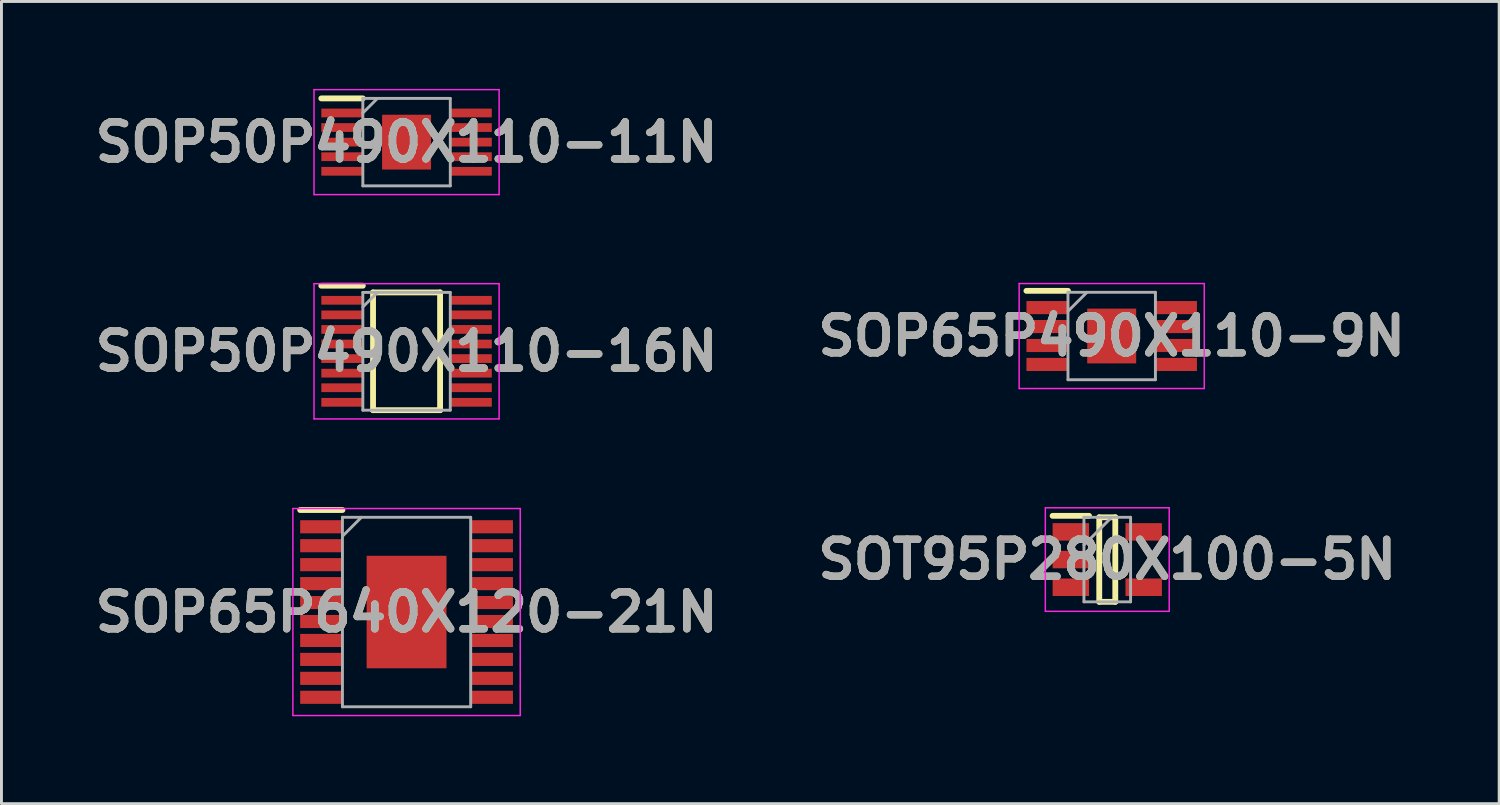
<source format=kicad_pcb>
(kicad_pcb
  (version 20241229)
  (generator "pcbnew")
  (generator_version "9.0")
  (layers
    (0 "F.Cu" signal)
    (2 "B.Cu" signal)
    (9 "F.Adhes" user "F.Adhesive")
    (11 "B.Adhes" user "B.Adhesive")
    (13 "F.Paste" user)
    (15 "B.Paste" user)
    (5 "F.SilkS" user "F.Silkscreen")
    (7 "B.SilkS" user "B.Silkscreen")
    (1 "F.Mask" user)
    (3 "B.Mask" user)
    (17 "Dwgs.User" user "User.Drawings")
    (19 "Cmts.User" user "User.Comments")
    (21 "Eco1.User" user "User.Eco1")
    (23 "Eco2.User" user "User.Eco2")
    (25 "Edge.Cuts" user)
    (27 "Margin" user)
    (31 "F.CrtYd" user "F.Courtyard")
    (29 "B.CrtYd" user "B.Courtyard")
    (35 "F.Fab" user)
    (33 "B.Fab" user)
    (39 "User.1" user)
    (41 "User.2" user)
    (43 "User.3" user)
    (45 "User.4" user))
  (footprint "SOP65P490X110-9N"
    (layer "F.Cu")
    (at 35.089 8.478)
    (property "Reference" "SOP65P490X110-9N" (at 0 0 0) (layer "F.SilkS") (effects (font (size 1.27 1.27) (thickness 0.254))))
    (attr smd)
    (fp_line (start -2.925 -1.55) (end -1.5 -1.55) (stroke (width 0.2) (type solid)) (layer "F.SilkS"))
    (fp_line (start -3.175 -1.801) (end 3.175 -1.801) (stroke (width 0.05) (type solid)) (layer "F.CrtYd"))
    (fp_line (start -3.175 1.801) (end -3.175 -1.801) (stroke (width 0.05) (type solid)) (layer "F.CrtYd"))
    (fp_line (start 3.175 -1.801) (end 3.175 1.801) (stroke (width 0.05) (type solid)) (layer "F.CrtYd"))
    (fp_line (start 3.175 1.801) (end -3.175 1.801) (stroke (width 0.05) (type solid)) (layer "F.CrtYd"))
    (fp_line (start -1.5 -1.5) (end 1.5 -1.5) (stroke (width 0.1) (type solid)) (layer "F.Fab"))
    (fp_line (start -1.5 -0.85) (end -0.85 -1.5) (stroke (width 0.1) (type solid)) (layer "F.Fab"))
    (fp_line (start -1.5 1.5) (end -1.5 -1.5) (stroke (width 0.1) (type solid)) (layer "F.Fab"))
    (fp_line (start 1.5 -1.5) (end 1.5 1.5) (stroke (width 0.1) (type solid)) (layer "F.Fab"))
    (fp_line (start 1.5 1.5) (end -1.5 1.5) (stroke (width 0.1) (type solid)) (layer "F.Fab"))
    (fp_text user "${REFERENCE}" (at 0 0 0) (layer "F.Fab") (effects (font (size 1.27 1.27) (thickness 0.254))))
    (pad "1" smd rect (at -2.212 -0.975 90) (size 0.45 1.425) (layers "F.Cu" "F.Mask" "F.Paste"))
    (pad "2" smd rect (at -2.212 -0.325 90) (size 0.45 1.425) (layers "F.Cu" "F.Mask" "F.Paste"))
    (pad "3" smd rect (at -2.212 0.325 90) (size 0.45 1.425) (layers "F.Cu" "F.Mask" "F.Paste"))
    (pad "4" smd rect (at -2.212 0.975 90) (size 0.45 1.425) (layers "F.Cu" "F.Mask" "F.Paste"))
    (pad "5" smd rect (at 2.212 0.975 90) (size 0.45 1.425) (layers "F.Cu" "F.Mask" "F.Paste"))
    (pad "6" smd rect (at 2.212 0.325 90) (size 0.45 1.425) (layers "F.Cu" "F.Mask" "F.Paste"))
    (pad "7" smd rect (at 2.212 -0.325 90) (size 0.45 1.425) (layers "F.Cu" "F.Mask" "F.Paste"))
    (pad "8" smd rect (at 2.212 -0.975 90) (size 0.45 1.425) (layers "F.Cu" "F.Mask" "F.Paste"))
    (pad "9" smd rect (at 0 0) (size 1.68 1.88) (layers "F.Cu" "F.Mask" "F.Paste")))
  (footprint "SOP50P490X110-11N"
    (layer "F.Cu")
    (at 10.898 1.826)
    (property "Reference" "SOP50P490X110-11N" (at 0 0 0) (layer "F.SilkS") (effects (font (size 1.27 1.27) (thickness 0.254))))
    (attr smd)
    (fp_line (start -2.925 -1.5) (end -1.5 -1.5) (stroke (width 0.2) (type solid)) (layer "F.SilkS"))
    (fp_line (start -3.175 -1.801) (end 3.175 -1.801) (stroke (width 0.05) (type solid)) (layer "F.CrtYd"))
    (fp_line (start -3.175 1.801) (end -3.175 -1.801) (stroke (width 0.05) (type solid)) (layer "F.CrtYd"))
    (fp_line (start 3.175 -1.801) (end 3.175 1.801) (stroke (width 0.05) (type solid)) (layer "F.CrtYd"))
    (fp_line (start 3.175 1.801) (end -3.175 1.801) (stroke (width 0.05) (type solid)) (layer "F.CrtYd"))
    (fp_line (start -1.5 -1.5) (end 1.5 -1.5) (stroke (width 0.1) (type solid)) (layer "F.Fab"))
    (fp_line (start -1.5 -1) (end -1 -1.5) (stroke (width 0.1) (type solid)) (layer "F.Fab"))
    (fp_line (start -1.5 1.5) (end -1.5 -1.5) (stroke (width 0.1) (type solid)) (layer "F.Fab"))
    (fp_line (start 1.5 -1.5) (end 1.5 1.5) (stroke (width 0.1) (type solid)) (layer "F.Fab"))
    (fp_line (start 1.5 1.5) (end -1.5 1.5) (stroke (width 0.1) (type solid)) (layer "F.Fab"))
    (fp_text user "${REFERENCE}" (at 0 0 0) (layer "F.Fab") (effects (font (size 1.27 1.27) (thickness 0.254))))
    (pad "1" smd rect (at -2.212 -1 90) (size 0.3 1.425) (layers "F.Cu" "F.Mask" "F.Paste"))
    (pad "2" smd rect (at -2.212 -0.5 90) (size 0.3 1.425) (layers "F.Cu" "F.Mask" "F.Paste"))
    (pad "3" smd rect (at -2.212 0 90) (size 0.3 1.425) (layers "F.Cu" "F.Mask" "F.Paste"))
    (pad "4" smd rect (at -2.212 0.5 90) (size 0.3 1.425) (layers "F.Cu" "F.Mask" "F.Paste"))
    (pad "5" smd rect (at -2.212 1 90) (size 0.3 1.425) (layers "F.Cu" "F.Mask" "F.Paste"))
    (pad "6" smd rect (at 2.212 1 90) (size 0.3 1.425) (layers "F.Cu" "F.Mask" "F.Paste"))
    (pad "7" smd rect (at 2.212 0.5 90) (size 0.3 1.425) (layers "F.Cu" "F.Mask" "F.Paste"))
    (pad "8" smd rect (at 2.212 0 90) (size 0.3 1.425) (layers "F.Cu" "F.Mask" "F.Paste"))
    (pad "9" smd rect (at 2.212 -0.5 90) (size 0.3 1.425) (layers "F.Cu" "F.Mask" "F.Paste"))
    (pad "10" smd rect (at 2.212 -1 90) (size 0.3 1.425) (layers "F.Cu" "F.Mask" "F.Paste"))
    (pad "11" smd rect (at 0 0) (size 1.68 1.88) (layers "F.Cu" "F.Mask" "F.Paste")))
  (footprint "SOT95P280X100-5N"
    (layer "F.Cu")
    (at 34.937 16.147)
    (property "Reference" "SOT95P280X100-5N" (at 0 0 0) (layer "F.SilkS") (effects (font (size 1.27 1.27) (thickness 0.254))))
    (attr smd)
    (fp_line (start -1.875 -1.5) (end -0.625 -1.5) (stroke (width 0.2) (type solid)) (layer "F.SilkS"))
    (fp_line (start -0.275 -1.45) (end 0.275 -1.45) (stroke (width 0.2) (type solid)) (layer "F.SilkS"))
    (fp_line (start -0.275 1.45) (end -0.275 -1.45) (stroke (width 0.2) (type solid)) (layer "F.SilkS"))
    (fp_line (start 0.275 -1.45) (end 0.275 1.45) (stroke (width 0.2) (type solid)) (layer "F.SilkS"))
    (fp_line (start 0.275 1.45) (end -0.275 1.45) (stroke (width 0.2) (type solid)) (layer "F.SilkS"))
    (fp_line (start -2.125 -1.775) (end 2.125 -1.775) (stroke (width 0.05) (type solid)) (layer "F.CrtYd"))
    (fp_line (start -2.125 1.775) (end -2.125 -1.775) (stroke (width 0.05) (type solid)) (layer "F.CrtYd"))
    (fp_line (start 2.125 -1.775) (end 2.125 1.775) (stroke (width 0.05) (type solid)) (layer "F.CrtYd"))
    (fp_line (start 2.125 1.775) (end -2.125 1.775) (stroke (width 0.05) (type solid)) (layer "F.CrtYd"))
    (fp_line (start -0.8 -1.45) (end 0.8 -1.45) (stroke (width 0.1) (type solid)) (layer "F.Fab"))
    (fp_line (start -0.8 -0.5) (end 0.15 -1.45) (stroke (width 0.1) (type solid)) (layer "F.Fab"))
    (fp_line (start -0.8 1.45) (end -0.8 -1.45) (stroke (width 0.1) (type solid)) (layer "F.Fab"))
    (fp_line (start 0.8 -1.45) (end 0.8 1.45) (stroke (width 0.1) (type solid)) (layer "F.Fab"))
    (fp_line (start 0.8 1.45) (end -0.8 1.45) (stroke (width 0.1) (type solid)) (layer "F.Fab"))
    (fp_text user "${REFERENCE}" (at 0 0 0) (layer "F.Fab") (effects (font (size 1.27 1.27) (thickness 0.254))))
    (pad "1" smd rect (at -1.25 -0.95 90) (size 0.6 1.25) (layers "F.Cu" "F.Mask" "F.Paste"))
    (pad "2" smd rect (at -1.25 0 90) (size 0.6 1.25) (layers "F.Cu" "F.Mask" "F.Paste"))
    (pad "3" smd rect (at -1.25 0.95 90) (size 0.6 1.25) (layers "F.Cu" "F.Mask" "F.Paste"))
    (pad "4" smd rect (at 1.25 0.95 90) (size 0.6 1.25) (layers "F.Cu" "F.Mask" "F.Paste"))
    (pad "5" smd rect (at 1.25 -0.95 90) (size 0.6 1.25) (layers "F.Cu" "F.Mask" "F.Paste")))
  (footprint "SOP50P490X110-16N"
    (layer "F.Cu")
    (at 10.898 9.002)
    (property "Reference" "SOP50P490X110-16N" (at 0 0 0) (layer "F.SilkS") (effects (font (size 1.27 1.27) (thickness 0.254))))
    (attr smd)
    (fp_line (start -2.925 -2.25) (end -1.5 -2.25) (stroke (width 0.2) (type solid)) (layer "F.SilkS"))
    (fp_line (start -1.15 -2.02) (end 1.15 -2.02) (stroke (width 0.2) (type solid)) (layer "F.SilkS"))
    (fp_line (start -1.15 2.02) (end -1.15 -2.02) (stroke (width 0.2) (type solid)) (layer "F.SilkS"))
    (fp_line (start 1.15 -2.02) (end 1.15 2.02) (stroke (width 0.2) (type solid)) (layer "F.SilkS"))
    (fp_line (start 1.15 2.02) (end -1.15 2.02) (stroke (width 0.2) (type solid)) (layer "F.SilkS"))
    (fp_line (start -3.175 -2.32) (end 3.175 -2.32) (stroke (width 0.05) (type solid)) (layer "F.CrtYd"))
    (fp_line (start -3.175 2.32) (end -3.175 -2.32) (stroke (width 0.05) (type solid)) (layer "F.CrtYd"))
    (fp_line (start 3.175 -2.32) (end 3.175 2.32) (stroke (width 0.05) (type solid)) (layer "F.CrtYd"))
    (fp_line (start 3.175 2.32) (end -3.175 2.32) (stroke (width 0.05) (type solid)) (layer "F.CrtYd"))
    (fp_line (start -1.5 -2.02) (end 1.5 -2.02) (stroke (width 0.1) (type solid)) (layer "F.Fab"))
    (fp_line (start -1.5 -1.52) (end -1 -2.02) (stroke (width 0.1) (type solid)) (layer "F.Fab"))
    (fp_line (start -1.5 2.02) (end -1.5 -2.02) (stroke (width 0.1) (type solid)) (layer "F.Fab"))
    (fp_line (start 1.5 -2.02) (end 1.5 2.02) (stroke (width 0.1) (type solid)) (layer "F.Fab"))
    (fp_line (start 1.5 2.02) (end -1.5 2.02) (stroke (width 0.1) (type solid)) (layer "F.Fab"))
    (fp_text user "${REFERENCE}" (at 0 0 0) (layer "F.Fab") (effects (font (size 1.27 1.27) (thickness 0.254))))
    (pad "1" smd rect (at -2.212 -1.75 90) (size 0.3 1.425) (layers "F.Cu" "F.Mask" "F.Paste"))
    (pad "2" smd rect (at -2.212 -1.25 90) (size 0.3 1.425) (layers "F.Cu" "F.Mask" "F.Paste"))
    (pad "3" smd rect (at -2.212 -0.75 90) (size 0.3 1.425) (layers "F.Cu" "F.Mask" "F.Paste"))
    (pad "4" smd rect (at -2.212 -0.25 90) (size 0.3 1.425) (layers "F.Cu" "F.Mask" "F.Paste"))
    (pad "5" smd rect (at -2.212 0.25 90) (size 0.3 1.425) (layers "F.Cu" "F.Mask" "F.Paste"))
    (pad "6" smd rect (at -2.212 0.75 90) (size 0.3 1.425) (layers "F.Cu" "F.Mask" "F.Paste"))
    (pad "7" smd rect (at -2.212 1.25 90) (size 0.3 1.425) (layers "F.Cu" "F.Mask" "F.Paste"))
    (pad "8" smd rect (at -2.212 1.75 90) (size 0.3 1.425) (layers "F.Cu" "F.Mask" "F.Paste"))
    (pad "9" smd rect (at 2.212 1.75 90) (size 0.3 1.425) (layers "F.Cu" "F.Mask" "F.Paste"))
    (pad "10" smd rect (at 2.212 1.25 90) (size 0.3 1.425) (layers "F.Cu" "F.Mask" "F.Paste"))
    (pad "11" smd rect (at 2.212 0.75 90) (size 0.3 1.425) (layers "F.Cu" "F.Mask" "F.Paste"))
    (pad "12" smd rect (at 2.212 0.25 90) (size 0.3 1.425) (layers "F.Cu" "F.Mask" "F.Paste"))
    (pad "13" smd rect (at 2.212 -0.25 90) (size 0.3 1.425) (layers "F.Cu" "F.Mask" "F.Paste"))
    (pad "14" smd rect (at 2.212 -0.75 90) (size 0.3 1.425) (layers "F.Cu" "F.Mask" "F.Paste"))
    (pad "15" smd rect (at 2.212 -1.25 90) (size 0.3 1.425) (layers "F.Cu" "F.Mask" "F.Paste"))
    (pad "16" smd rect (at 2.212 -1.75 90) (size 0.3 1.425) (layers "F.Cu" "F.Mask" "F.Paste")))
  (footprint "SOP65P640X120-21N"
    (layer "F.Cu")
    (at 10.898 17.947)
    (property "Reference" "SOP65P640X120-21N" (at 0 0 0) (layer "F.SilkS") (effects (font (size 1.27 1.27) (thickness 0.254))))
    (attr smd)
    (fp_line (start -3.65 -3.5) (end -2.2 -3.5) (stroke (width 0.2) (type solid)) (layer "F.SilkS"))
    (fp_line (start -3.9 -3.55) (end 3.9 -3.55) (stroke (width 0.05) (type solid)) (layer "F.CrtYd"))
    (fp_line (start -3.9 3.55) (end -3.9 -3.55) (stroke (width 0.05) (type solid)) (layer "F.CrtYd"))
    (fp_line (start 3.9 -3.55) (end 3.9 3.55) (stroke (width 0.05) (type solid)) (layer "F.CrtYd"))
    (fp_line (start 3.9 3.55) (end -3.9 3.55) (stroke (width 0.05) (type solid)) (layer "F.CrtYd"))
    (fp_line (start -2.2 -3.25) (end 2.2 -3.25) (stroke (width 0.1) (type solid)) (layer "F.Fab"))
    (fp_line (start -2.2 -2.6) (end -1.55 -3.25) (stroke (width 0.1) (type solid)) (layer "F.Fab"))
    (fp_line (start -2.2 3.25) (end -2.2 -3.25) (stroke (width 0.1) (type solid)) (layer "F.Fab"))
    (fp_line (start 2.2 -3.25) (end 2.2 3.25) (stroke (width 0.1) (type solid)) (layer "F.Fab"))
    (fp_line (start 2.2 3.25) (end -2.2 3.25) (stroke (width 0.1) (type solid)) (layer "F.Fab"))
    (fp_text user "${REFERENCE}" (at 0 0 0) (layer "F.Fab") (effects (font (size 1.27 1.27) (thickness 0.254))))
    (pad "1" smd rect (at -2.925 -2.925 90) (size 0.45 1.45) (layers "F.Cu" "F.Mask" "F.Paste"))
    (pad "2" smd rect (at -2.925 -2.275 90) (size 0.45 1.45) (layers "F.Cu" "F.Mask" "F.Paste"))
    (pad "3" smd rect (at -2.925 -1.625 90) (size 0.45 1.45) (layers "F.Cu" "F.Mask" "F.Paste"))
    (pad "4" smd rect (at -2.925 -0.975 90) (size 0.45 1.45) (layers "F.Cu" "F.Mask" "F.Paste"))
    (pad "5" smd rect (at -2.925 -0.325 90) (size 0.45 1.45) (layers "F.Cu" "F.Mask" "F.Paste"))
    (pad "6" smd rect (at -2.925 0.325 90) (size 0.45 1.45) (layers "F.Cu" "F.Mask" "F.Paste"))
    (pad "7" smd rect (at -2.925 0.975 90) (size 0.45 1.45) (layers "F.Cu" "F.Mask" "F.Paste"))
    (pad "8" smd rect (at -2.925 1.625 90) (size 0.45 1.45) (layers "F.Cu" "F.Mask" "F.Paste"))
    (pad "9" smd rect (at -2.925 2.275 90) (size 0.45 1.45) (layers "F.Cu" "F.Mask" "F.Paste"))
    (pad "10" smd rect (at -2.925 2.925 90) (size 0.45 1.45) (layers "F.Cu" "F.Mask" "F.Paste"))
    (pad "11" smd rect (at 2.925 2.925 90) (size 0.45 1.45) (layers "F.Cu" "F.Mask" "F.Paste"))
    (pad "12" smd rect (at 2.925 2.275 90) (size 0.45 1.45) (layers "F.Cu" "F.Mask" "F.Paste"))
    (pad "13" smd rect (at 2.925 1.625 90) (size 0.45 1.45) (layers "F.Cu" "F.Mask" "F.Paste"))
    (pad "14" smd rect (at 2.925 0.975 90) (size 0.45 1.45) (layers "F.Cu" "F.Mask" "F.Paste"))
    (pad "15" smd rect (at 2.925 0.325 90) (size 0.45 1.45) (layers "F.Cu" "F.Mask" "F.Paste"))
    (pad "16" smd rect (at 2.925 -0.325 90) (size 0.45 1.45) (layers "F.Cu" "F.Mask" "F.Paste"))
    (pad "17" smd rect (at 2.925 -0.975 90) (size 0.45 1.45) (layers "F.Cu" "F.Mask" "F.Paste"))
    (pad "18" smd rect (at 2.925 -1.625 90) (size 0.45 1.45) (layers "F.Cu" "F.Mask" "F.Paste"))
    (pad "19" smd rect (at 2.925 -2.275 90) (size 0.45 1.45) (layers "F.Cu" "F.Mask" "F.Paste"))
    (pad "20" smd rect (at 2.925 -2.925 90) (size 0.45 1.45) (layers "F.Cu" "F.Mask" "F.Paste"))
    (pad "21" smd rect (at 0 0) (size 2.74 3.86) (layers "F.Cu" "F.Mask" "F.Paste")))
  (gr_rect
    (start -3 -3)
    (end 48.382 24.522)
    (stroke (width 0.1) (type default))
    (fill no)
    (layer "Edge.Cuts")))
</source>
